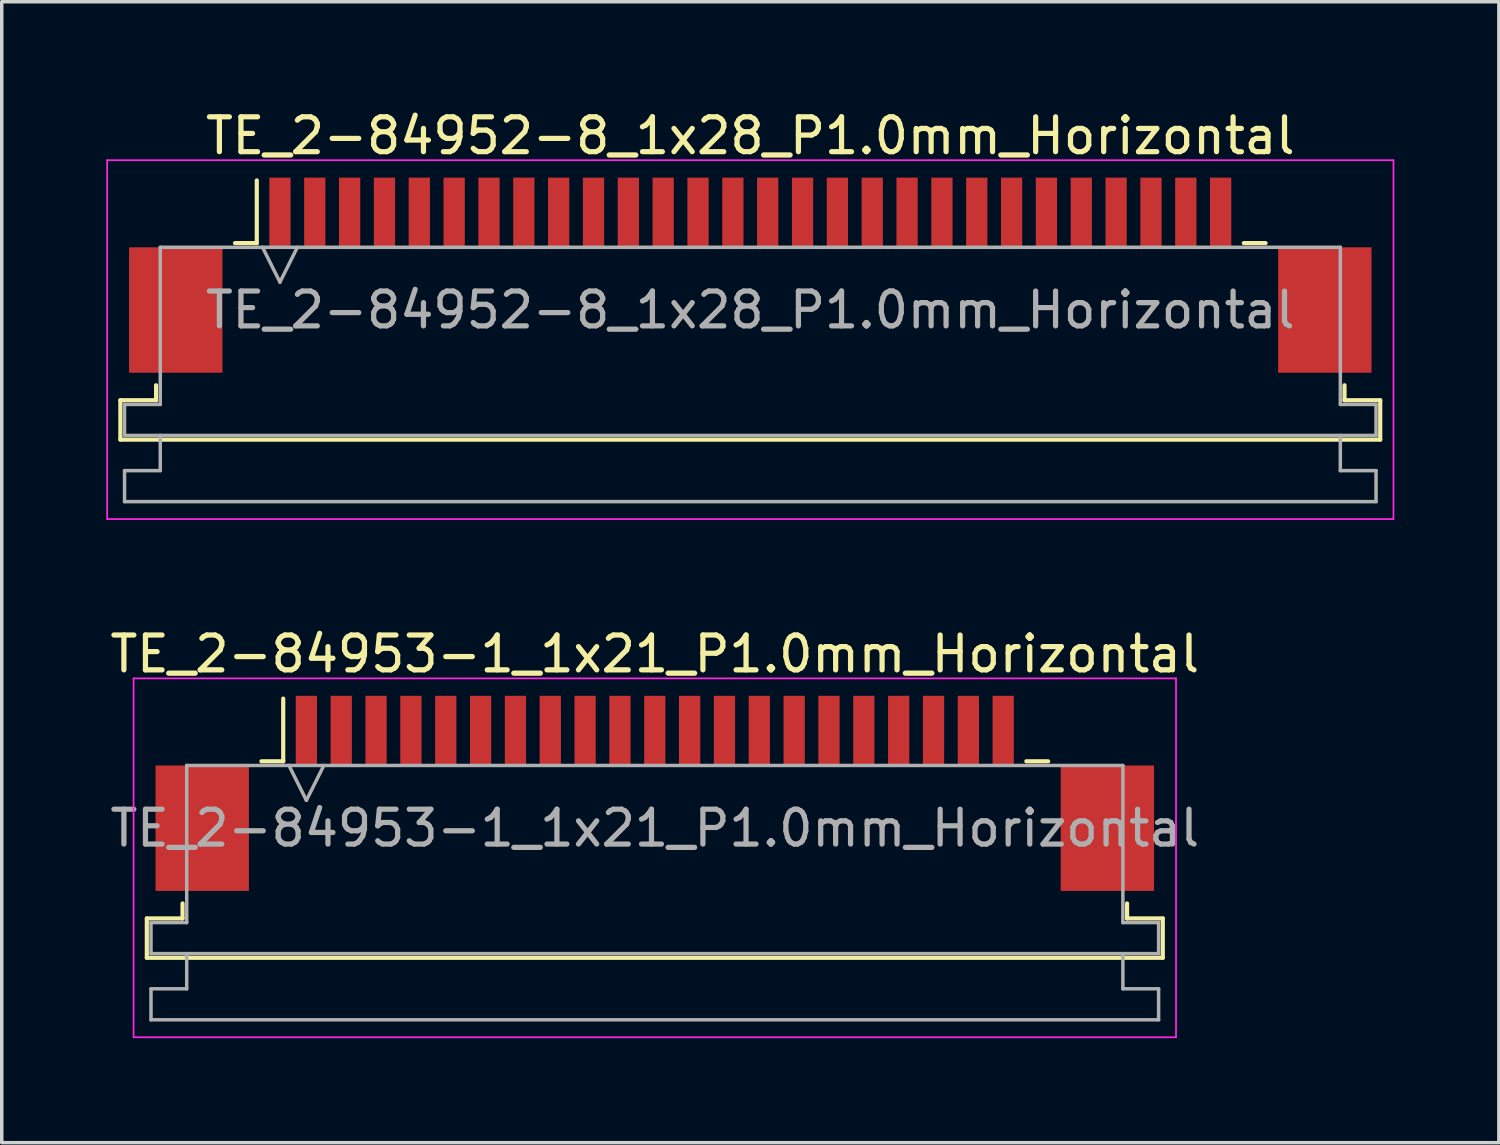
<source format=kicad_pcb>
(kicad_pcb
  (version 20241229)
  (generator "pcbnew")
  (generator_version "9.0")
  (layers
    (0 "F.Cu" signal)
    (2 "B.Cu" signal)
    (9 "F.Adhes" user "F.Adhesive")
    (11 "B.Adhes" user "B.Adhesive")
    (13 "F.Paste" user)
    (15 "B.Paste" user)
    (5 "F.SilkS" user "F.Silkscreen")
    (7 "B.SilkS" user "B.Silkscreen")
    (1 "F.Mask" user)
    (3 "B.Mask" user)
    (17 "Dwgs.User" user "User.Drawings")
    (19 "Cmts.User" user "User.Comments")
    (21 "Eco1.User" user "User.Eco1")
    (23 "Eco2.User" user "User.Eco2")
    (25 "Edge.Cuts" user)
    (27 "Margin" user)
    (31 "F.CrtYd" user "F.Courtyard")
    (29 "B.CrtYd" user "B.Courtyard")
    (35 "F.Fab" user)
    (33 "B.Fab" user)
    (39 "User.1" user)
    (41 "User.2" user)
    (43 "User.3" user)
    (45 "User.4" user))
  (footprint "TE_2-84953-1_1x21_P1.0mm_Horizontal"
    (layer "F.Cu")
    (at 15.744 19.721)
    (property "Reference" "TE_2-84953-1_1x21_P1.0mm_Horizontal" (at 0 -4 0) (layer "F.SilkS") (effects (font (size 1 1) (thickness 0.15))))
    (attr smd)
    (fp_line (start -14.58 3.59) (end -13.555 3.59) (stroke (width 0.12) (type solid)) (layer "F.SilkS"))
    (fp_line (start -14.58 4.72) (end -14.58 3.59) (stroke (width 0.12) (type solid)) (layer "F.SilkS"))
    (fp_line (start -13.555 3.59) (end -13.555 3.16) (stroke (width 0.12) (type solid)) (layer "F.SilkS"))
    (fp_line (start -11.29 -0.92) (end -10.665 -0.92) (stroke (width 0.12) (type solid)) (layer "F.SilkS"))
    (fp_line (start -10.665 -0.92) (end -10.665 -2.72) (stroke (width 0.12) (type solid)) (layer "F.SilkS"))
    (fp_line (start 10.665 -0.92) (end 11.29 -0.92) (stroke (width 0.12) (type solid)) (layer "F.SilkS"))
    (fp_line (start 13.555 3.16) (end 13.555 3.59) (stroke (width 0.12) (type solid)) (layer "F.SilkS"))
    (fp_line (start 13.555 3.59) (end 14.58 3.59) (stroke (width 0.12) (type solid)) (layer "F.SilkS"))
    (fp_line (start 14.58 3.59) (end 14.58 4.72) (stroke (width 0.12) (type solid)) (layer "F.SilkS"))
    (fp_line (start 14.58 4.72) (end -14.58 4.72) (stroke (width 0.12) (type solid)) (layer "F.SilkS"))
    (fp_line (start -14.96 -3.3) (end -14.96 7) (stroke (width 0.05) (type solid)) (layer "F.CrtYd"))
    (fp_line (start -14.96 7) (end 14.96 7) (stroke (width 0.05) (type solid)) (layer "F.CrtYd"))
    (fp_line (start 14.96 -3.3) (end -14.96 -3.3) (stroke (width 0.05) (type solid)) (layer "F.CrtYd"))
    (fp_line (start 14.96 7) (end 14.96 -3.3) (stroke (width 0.05) (type solid)) (layer "F.CrtYd"))
    (fp_line (start -14.46 3.71) (end -13.435 3.71) (stroke (width 0.1) (type solid)) (layer "F.Fab"))
    (fp_line (start -14.46 4.6) (end -14.46 3.71) (stroke (width 0.1) (type solid)) (layer "F.Fab"))
    (fp_line (start -14.46 5.61) (end -13.435 5.61) (stroke (width 0.1) (type solid)) (layer "F.Fab"))
    (fp_line (start -14.46 6.5) (end -14.46 5.61) (stroke (width 0.1) (type solid)) (layer "F.Fab"))
    (fp_line (start -13.435 -0.8) (end 13.435 -0.8) (stroke (width 0.1) (type solid)) (layer "F.Fab"))
    (fp_line (start -13.435 3.71) (end -13.435 -0.8) (stroke (width 0.1) (type solid)) (layer "F.Fab"))
    (fp_line (start -13.435 5.61) (end -13.435 4.6) (stroke (width 0.1) (type solid)) (layer "F.Fab"))
    (fp_line (start -10.5 -0.8) (end -10 0.2) (stroke (width 0.1) (type solid)) (layer "F.Fab"))
    (fp_line (start -10 0.2) (end -9.5 -0.8) (stroke (width 0.1) (type solid)) (layer "F.Fab"))
    (fp_line (start 13.435 -0.8) (end 13.435 3.71) (stroke (width 0.1) (type solid)) (layer "F.Fab"))
    (fp_line (start 13.435 3.71) (end 14.46 3.71) (stroke (width 0.1) (type solid)) (layer "F.Fab"))
    (fp_line (start 13.435 4.6) (end 13.435 5.61) (stroke (width 0.1) (type solid)) (layer "F.Fab"))
    (fp_line (start 13.435 5.61) (end 14.46 5.61) (stroke (width 0.1) (type solid)) (layer "F.Fab"))
    (fp_line (start 14.46 3.71) (end 14.46 4.6) (stroke (width 0.1) (type solid)) (layer "F.Fab"))
    (fp_line (start 14.46 4.6) (end -14.46 4.6) (stroke (width 0.1) (type solid)) (layer "F.Fab"))
    (fp_line (start 14.46 5.61) (end 14.46 6.5) (stroke (width 0.1) (type solid)) (layer "F.Fab"))
    (fp_line (start 14.46 6.5) (end -14.46 6.5) (stroke (width 0.1) (type solid)) (layer "F.Fab"))
    (fp_text user "${REFERENCE}" (at 0 1 0) (layer "F.Fab") (effects (font (size 1 1) (thickness 0.15))))
    (pad "" smd rect (at -12.99 1) (size 2.68 3.6) (layers "F.Cu" "F.Mask" "F.Paste"))
    (pad "" smd rect (at 12.99 1) (size 2.68 3.6) (layers "F.Cu" "F.Mask" "F.Paste"))
    (pad "1" smd rect (at -10 -1.8) (size 0.61 2) (layers "F.Cu" "F.Mask" "F.Paste"))
    (pad "2" smd rect (at -9 -1.8) (size 0.61 2) (layers "F.Cu" "F.Mask" "F.Paste"))
    (pad "3" smd rect (at -8 -1.8) (size 0.61 2) (layers "F.Cu" "F.Mask" "F.Paste"))
    (pad "4" smd rect (at -7 -1.8) (size 0.61 2) (layers "F.Cu" "F.Mask" "F.Paste"))
    (pad "5" smd rect (at -6 -1.8) (size 0.61 2) (layers "F.Cu" "F.Mask" "F.Paste"))
    (pad "6" smd rect (at -5 -1.8) (size 0.61 2) (layers "F.Cu" "F.Mask" "F.Paste"))
    (pad "7" smd rect (at -4 -1.8) (size 0.61 2) (layers "F.Cu" "F.Mask" "F.Paste"))
    (pad "8" smd rect (at -3 -1.8) (size 0.61 2) (layers "F.Cu" "F.Mask" "F.Paste"))
    (pad "9" smd rect (at -2 -1.8) (size 0.61 2) (layers "F.Cu" "F.Mask" "F.Paste"))
    (pad "10" smd rect (at -1 -1.8) (size 0.61 2) (layers "F.Cu" "F.Mask" "F.Paste"))
    (pad "11" smd rect (at 0 -1.8) (size 0.61 2) (layers "F.Cu" "F.Mask" "F.Paste"))
    (pad "12" smd rect (at 1 -1.8) (size 0.61 2) (layers "F.Cu" "F.Mask" "F.Paste"))
    (pad "13" smd rect (at 2 -1.8) (size 0.61 2) (layers "F.Cu" "F.Mask" "F.Paste"))
    (pad "14" smd rect (at 3 -1.8) (size 0.61 2) (layers "F.Cu" "F.Mask" "F.Paste"))
    (pad "15" smd rect (at 4 -1.8) (size 0.61 2) (layers "F.Cu" "F.Mask" "F.Paste"))
    (pad "16" smd rect (at 5 -1.8) (size 0.61 2) (layers "F.Cu" "F.Mask" "F.Paste"))
    (pad "17" smd rect (at 6 -1.8) (size 0.61 2) (layers "F.Cu" "F.Mask" "F.Paste"))
    (pad "18" smd rect (at 7 -1.8) (size 0.61 2) (layers "F.Cu" "F.Mask" "F.Paste"))
    (pad "19" smd rect (at 8 -1.8) (size 0.61 2) (layers "F.Cu" "F.Mask" "F.Paste"))
    (pad "20" smd rect (at 9 -1.8) (size 0.61 2) (layers "F.Cu" "F.Mask" "F.Paste"))
    (pad "21" smd rect (at 10 -1.8) (size 0.61 2) (layers "F.Cu" "F.Mask" "F.Paste")))
  (footprint "TE_2-84952-8_1x28_P1.0mm_Horizontal"
    (layer "F.Cu")
    (at 18.485 4.848)
    (property "Reference" "TE_2-84952-8_1x28_P1.0mm_Horizontal" (at 0 -4 0) (layer "F.SilkS") (effects (font (size 1 1) (thickness 0.15))))
    (attr smd)
    (fp_line (start -18.08 3.59) (end -17.055 3.59) (stroke (width 0.12) (type solid)) (layer "F.SilkS"))
    (fp_line (start -18.08 4.72) (end -18.08 3.59) (stroke (width 0.12) (type solid)) (layer "F.SilkS"))
    (fp_line (start -17.055 3.59) (end -17.055 3.16) (stroke (width 0.12) (type solid)) (layer "F.SilkS"))
    (fp_line (start -14.79 -0.92) (end -14.165 -0.92) (stroke (width 0.12) (type solid)) (layer "F.SilkS"))
    (fp_line (start -14.165 -0.92) (end -14.165 -2.72) (stroke (width 0.12) (type solid)) (layer "F.SilkS"))
    (fp_line (start 14.165 -0.92) (end 14.79 -0.92) (stroke (width 0.12) (type solid)) (layer "F.SilkS"))
    (fp_line (start 17.055 3.16) (end 17.055 3.59) (stroke (width 0.12) (type solid)) (layer "F.SilkS"))
    (fp_line (start 17.055 3.59) (end 18.08 3.59) (stroke (width 0.12) (type solid)) (layer "F.SilkS"))
    (fp_line (start 18.08 3.59) (end 18.08 4.72) (stroke (width 0.12) (type solid)) (layer "F.SilkS"))
    (fp_line (start 18.08 4.72) (end -18.08 4.72) (stroke (width 0.12) (type solid)) (layer "F.SilkS"))
    (fp_line (start -18.46 -3.3) (end -18.46 7) (stroke (width 0.05) (type solid)) (layer "F.CrtYd"))
    (fp_line (start -18.46 7) (end 18.46 7) (stroke (width 0.05) (type solid)) (layer "F.CrtYd"))
    (fp_line (start 18.46 -3.3) (end -18.46 -3.3) (stroke (width 0.05) (type solid)) (layer "F.CrtYd"))
    (fp_line (start 18.46 7) (end 18.46 -3.3) (stroke (width 0.05) (type solid)) (layer "F.CrtYd"))
    (fp_line (start -17.96 3.71) (end -16.935 3.71) (stroke (width 0.1) (type solid)) (layer "F.Fab"))
    (fp_line (start -17.96 4.6) (end -17.96 3.71) (stroke (width 0.1) (type solid)) (layer "F.Fab"))
    (fp_line (start -17.96 5.61) (end -16.935 5.61) (stroke (width 0.1) (type solid)) (layer "F.Fab"))
    (fp_line (start -17.96 6.5) (end -17.96 5.61) (stroke (width 0.1) (type solid)) (layer "F.Fab"))
    (fp_line (start -16.935 -0.8) (end 16.935 -0.8) (stroke (width 0.1) (type solid)) (layer "F.Fab"))
    (fp_line (start -16.935 3.71) (end -16.935 -0.8) (stroke (width 0.1) (type solid)) (layer "F.Fab"))
    (fp_line (start -16.935 5.61) (end -16.935 4.6) (stroke (width 0.1) (type solid)) (layer "F.Fab"))
    (fp_line (start -14 -0.8) (end -13.5 0.2) (stroke (width 0.1) (type solid)) (layer "F.Fab"))
    (fp_line (start -13.5 0.2) (end -13 -0.8) (stroke (width 0.1) (type solid)) (layer "F.Fab"))
    (fp_line (start 16.935 -0.8) (end 16.935 3.71) (stroke (width 0.1) (type solid)) (layer "F.Fab"))
    (fp_line (start 16.935 3.71) (end 17.96 3.71) (stroke (width 0.1) (type solid)) (layer "F.Fab"))
    (fp_line (start 16.935 4.6) (end 16.935 5.61) (stroke (width 0.1) (type solid)) (layer "F.Fab"))
    (fp_line (start 16.935 5.61) (end 17.96 5.61) (stroke (width 0.1) (type solid)) (layer "F.Fab"))
    (fp_line (start 17.96 3.71) (end 17.96 4.6) (stroke (width 0.1) (type solid)) (layer "F.Fab"))
    (fp_line (start 17.96 4.6) (end -17.96 4.6) (stroke (width 0.1) (type solid)) (layer "F.Fab"))
    (fp_line (start 17.96 5.61) (end 17.96 6.5) (stroke (width 0.1) (type solid)) (layer "F.Fab"))
    (fp_line (start 17.96 6.5) (end -17.96 6.5) (stroke (width 0.1) (type solid)) (layer "F.Fab"))
    (fp_text user "${REFERENCE}" (at 0 1 0) (layer "F.Fab") (effects (font (size 1 1) (thickness 0.15))))
    (pad "" smd rect (at -16.49 1) (size 2.68 3.6) (layers "F.Cu" "F.Mask" "F.Paste"))
    (pad "" smd rect (at 16.49 1) (size 2.68 3.6) (layers "F.Cu" "F.Mask" "F.Paste"))
    (pad "1" smd rect (at -13.5 -1.8) (size 0.61 2) (layers "F.Cu" "F.Mask" "F.Paste"))
    (pad "2" smd rect (at -12.5 -1.8) (size 0.61 2) (layers "F.Cu" "F.Mask" "F.Paste"))
    (pad "3" smd rect (at -11.5 -1.8) (size 0.61 2) (layers "F.Cu" "F.Mask" "F.Paste"))
    (pad "4" smd rect (at -10.5 -1.8) (size 0.61 2) (layers "F.Cu" "F.Mask" "F.Paste"))
    (pad "5" smd rect (at -9.5 -1.8) (size 0.61 2) (layers "F.Cu" "F.Mask" "F.Paste"))
    (pad "6" smd rect (at -8.5 -1.8) (size 0.61 2) (layers "F.Cu" "F.Mask" "F.Paste"))
    (pad "7" smd rect (at -7.5 -1.8) (size 0.61 2) (layers "F.Cu" "F.Mask" "F.Paste"))
    (pad "8" smd rect (at -6.5 -1.8) (size 0.61 2) (layers "F.Cu" "F.Mask" "F.Paste"))
    (pad "9" smd rect (at -5.5 -1.8) (size 0.61 2) (layers "F.Cu" "F.Mask" "F.Paste"))
    (pad "10" smd rect (at -4.5 -1.8) (size 0.61 2) (layers "F.Cu" "F.Mask" "F.Paste"))
    (pad "11" smd rect (at -3.5 -1.8) (size 0.61 2) (layers "F.Cu" "F.Mask" "F.Paste"))
    (pad "12" smd rect (at -2.5 -1.8) (size 0.61 2) (layers "F.Cu" "F.Mask" "F.Paste"))
    (pad "13" smd rect (at -1.5 -1.8) (size 0.61 2) (layers "F.Cu" "F.Mask" "F.Paste"))
    (pad "14" smd rect (at -0.5 -1.8) (size 0.61 2) (layers "F.Cu" "F.Mask" "F.Paste"))
    (pad "15" smd rect (at 0.5 -1.8) (size 0.61 2) (layers "F.Cu" "F.Mask" "F.Paste"))
    (pad "16" smd rect (at 1.5 -1.8) (size 0.61 2) (layers "F.Cu" "F.Mask" "F.Paste"))
    (pad "17" smd rect (at 2.5 -1.8) (size 0.61 2) (layers "F.Cu" "F.Mask" "F.Paste"))
    (pad "18" smd rect (at 3.5 -1.8) (size 0.61 2) (layers "F.Cu" "F.Mask" "F.Paste"))
    (pad "19" smd rect (at 4.5 -1.8) (size 0.61 2) (layers "F.Cu" "F.Mask" "F.Paste"))
    (pad "20" smd rect (at 5.5 -1.8) (size 0.61 2) (layers "F.Cu" "F.Mask" "F.Paste"))
    (pad "21" smd rect (at 6.5 -1.8) (size 0.61 2) (layers "F.Cu" "F.Mask" "F.Paste"))
    (pad "22" smd rect (at 7.5 -1.8) (size 0.61 2) (layers "F.Cu" "F.Mask" "F.Paste"))
    (pad "23" smd rect (at 8.5 -1.8) (size 0.61 2) (layers "F.Cu" "F.Mask" "F.Paste"))
    (pad "24" smd rect (at 9.5 -1.8) (size 0.61 2) (layers "F.Cu" "F.Mask" "F.Paste"))
    (pad "25" smd rect (at 10.5 -1.8) (size 0.61 2) (layers "F.Cu" "F.Mask" "F.Paste"))
    (pad "26" smd rect (at 11.5 -1.8) (size 0.61 2) (layers "F.Cu" "F.Mask" "F.Paste"))
    (pad "27" smd rect (at 12.5 -1.8) (size 0.61 2) (layers "F.Cu" "F.Mask" "F.Paste"))
    (pad "28" smd rect (at 13.5 -1.8) (size 0.61 2) (layers "F.Cu" "F.Mask" "F.Paste")))
  (gr_rect
    (start -3 -3)
    (end 39.97 29.747)
    (stroke (width 0.1) (type default))
    (fill no)
    (layer "Edge.Cuts")))
</source>
